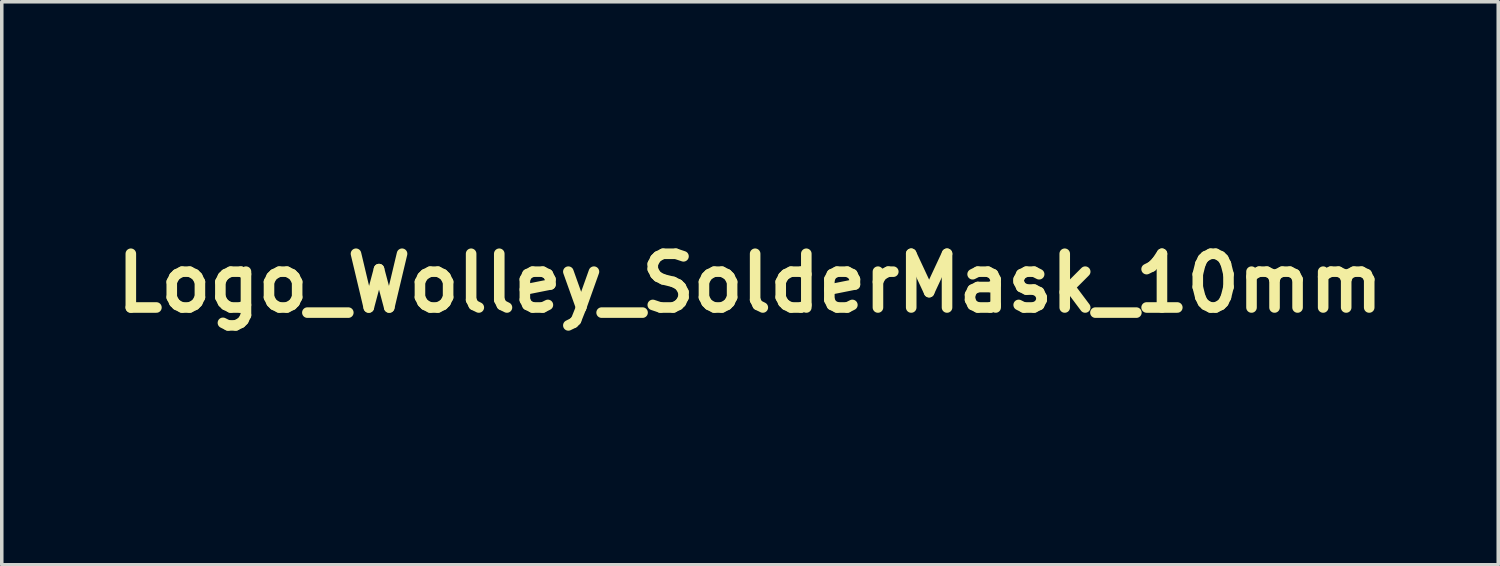
<source format=kicad_pcb>
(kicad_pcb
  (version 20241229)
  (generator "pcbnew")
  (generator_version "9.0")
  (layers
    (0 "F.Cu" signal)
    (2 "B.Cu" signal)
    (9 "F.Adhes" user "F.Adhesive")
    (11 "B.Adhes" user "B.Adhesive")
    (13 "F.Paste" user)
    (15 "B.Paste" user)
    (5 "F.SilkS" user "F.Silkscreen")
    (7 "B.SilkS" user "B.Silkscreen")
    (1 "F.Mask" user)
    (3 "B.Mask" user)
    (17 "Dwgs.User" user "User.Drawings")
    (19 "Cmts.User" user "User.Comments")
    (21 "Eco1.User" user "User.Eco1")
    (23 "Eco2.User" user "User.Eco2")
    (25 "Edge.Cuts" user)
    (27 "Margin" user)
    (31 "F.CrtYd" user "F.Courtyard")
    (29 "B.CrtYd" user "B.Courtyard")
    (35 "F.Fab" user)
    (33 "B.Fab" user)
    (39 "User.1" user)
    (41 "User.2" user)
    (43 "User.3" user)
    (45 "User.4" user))
  (footprint "Logo_Wolley_SolderMask_10mm"
    (layer "F.Cu")
    (at 18.223 4.982)
    (property "Reference" "Logo_Wolley_SolderMask_10mm" (at 0 0 0) (layer "F.SilkS") (effects (font (size 1.524 1.524) (thickness 0.3))))
    (attr through_hole)
    (fp_poly (pts (xy -9.494 -4.977) (xy -9.401 -4.974) (xy -9.314 -4.966) (xy -9.231 -4.952) (xy -9.148 -4.932) (xy -9.112 -4.922) (xy -9.028 -4.893) (xy -8.947 -4.858) (xy -8.872 -4.818) (xy -8.802 -4.773) (xy -8.739 -4.724) (xy -8.683 -4.672) (xy -8.635 -4.616) (xy -8.616 -4.59) (xy -8.602 -4.567) (xy -8.586 -4.537) (xy -8.569 -4.504) (xy -8.553 -4.469) (xy -8.539 -4.436) (xy -8.528 -4.407) (xy -8.524 -4.394) (xy -8.515 -4.356) (xy -8.508 -4.315) (xy -8.504 -4.269) (xy -8.503 -4.218) (xy -8.504 -4.159) (xy -8.504 -4.155) (xy -8.508 -4.047) (xy -8.515 -3.947) (xy -8.524 -3.853) (xy -8.535 -3.763) (xy -8.55 -3.675) (xy -8.568 -3.587) (xy -8.589 -3.498) (xy -8.614 -3.406) (xy -8.644 -3.309) (xy -8.667 -3.237) (xy -8.683 -3.189) (xy -8.7 -3.14) (xy -8.718 -3.089) (xy -8.738 -3.036) (xy -8.758 -2.981) (xy -8.78 -2.924) (xy -8.803 -2.864) (xy -8.828 -2.802) (xy -8.854 -2.736) (xy -8.882 -2.667) (xy -8.913 -2.593) (xy -8.945 -2.516) (xy -8.98 -2.435) (xy -9.016 -2.349) (xy -9.056 -2.258) (xy -9.098 -2.162) (xy -9.142 -2.06) (xy -9.189 -1.953) (xy -9.24 -1.839) (xy -9.293 -1.719) (xy -9.349 -1.593) (xy -9.409 -1.46) (xy -9.473 -1.319) (xy -9.539 -1.171) (xy -9.61 -1.016) (xy -9.684 -0.852) (xy -9.762 -0.68) (xy -9.779 -0.642) (xy -9.809 -0.576) (xy -9.84 -0.507) (xy -9.872 -0.438) (xy -9.903 -0.368) (xy -9.934 -0.299) (xy -9.964 -0.233) (xy -9.993 -0.17) (xy -10.019 -0.112) (xy -10.043 -0.059) (xy -10.063 -0.013) (xy -10.074 0.01) (xy -10.15 0.181) (xy -10.222 0.343) (xy -10.29 0.498) (xy -10.354 0.645) (xy -10.415 0.785) (xy -10.471 0.917) (xy -10.524 1.043) (xy -10.573 1.162) (xy -10.619 1.275) (xy -10.661 1.383) (xy -10.701 1.484) (xy -10.737 1.58) (xy -10.77 1.672) (xy -10.801 1.758) (xy -10.828 1.84) (xy -10.853 1.918) (xy -10.876 1.993) (xy -10.896 2.063) (xy -10.914 2.13) (xy -10.929 2.195) (xy -10.943 2.257) (xy -10.954 2.316) (xy -10.957 2.334) (xy -10.968 2.401) (xy -10.977 2.47) (xy -10.984 2.538) (xy -10.989 2.604) (xy -10.993 2.665) (xy -10.993 2.721) (xy -10.993 2.742) (xy -10.992 2.769) (xy -10.991 2.788) (xy -10.989 2.803) (xy -10.986 2.814) (xy -10.982 2.826) (xy -10.975 2.839) (xy -10.961 2.862) (xy -10.942 2.886) (xy -10.92 2.908) (xy -10.896 2.928) (xy -10.872 2.943) (xy -10.85 2.954) (xy -10.832 2.957) (xy -10.813 2.954) (xy -10.786 2.947) (xy -10.754 2.934) (xy -10.717 2.918) (xy -10.676 2.899) (xy -10.632 2.876) (xy -10.587 2.851) (xy -10.541 2.824) (xy -10.495 2.795) (xy -10.469 2.778) (xy -10.391 2.723) (xy -10.308 2.66) (xy -10.221 2.589) (xy -10.131 2.511) (xy -10.037 2.427) (xy -9.941 2.335) (xy -9.842 2.238) (xy -9.742 2.135) (xy -9.64 2.027) (xy -9.536 1.913) (xy -9.522 1.897) (xy -9.362 1.714) (xy -9.202 1.522) (xy -9.041 1.322) (xy -8.881 1.116) (xy -8.722 0.904) (xy -8.565 0.688) (xy -8.411 0.468) (xy -8.26 0.244) (xy -8.113 0.02) (xy -7.972 -0.206) (xy -7.835 -0.432) (xy -7.718 -0.633) (xy -7.636 -0.779) (xy -7.558 -0.921) (xy -7.485 -1.06) (xy -7.414 -1.199) (xy -7.345 -1.34) (xy -7.276 -1.486) (xy -7.224 -1.598) (xy -7.205 -1.641) (xy -7.184 -1.686) (xy -7.161 -1.734) (xy -7.137 -1.783) (xy -7.113 -1.831) (xy -7.09 -1.877) (xy -7.068 -1.921) (xy -7.048 -1.96) (xy -7.03 -1.994) (xy -7.015 -2.022) (xy -7.007 -2.035) (xy -6.992 -2.058) (xy -6.978 -2.079) (xy -6.964 -2.095) (xy -6.958 -2.101) (xy -6.922 -2.126) (xy -6.881 -2.143) (xy -6.836 -2.153) (xy -6.787 -2.156) (xy -6.734 -2.153) (xy -6.68 -2.143) (xy -6.623 -2.127) (xy -6.566 -2.106) (xy -6.507 -2.08) (xy -6.449 -2.048) (xy -6.392 -2.012) (xy -6.336 -1.971) (xy -6.281 -1.927) (xy -6.23 -1.878) (xy -6.181 -1.826) (xy -6.137 -1.77) (xy -6.097 -1.712) (xy -6.078 -1.681) (xy -6.046 -1.619) (xy -6.021 -1.553) (xy -6.002 -1.483) (xy -5.99 -1.414) (xy -5.988 -1.392) (xy -5.986 -1.363) (xy -5.985 -1.327) (xy -5.984 -1.287) (xy -5.983 -1.244) (xy -5.984 -1.2) (xy -5.984 -1.156) (xy -5.985 -1.115) (xy -5.987 -1.078) (xy -5.989 -1.046) (xy -5.99 -1.035) (xy -5.995 -0.978) (xy -6.002 -0.922) (xy -6.009 -0.864) (xy -6.017 -0.805) (xy -6.026 -0.743) (xy -6.036 -0.677) (xy -6.048 -0.608) (xy -6.061 -0.534) (xy -6.075 -0.454) (xy -6.092 -0.368) (xy -6.11 -0.275) (xy -6.13 -0.173) (xy -6.144 -0.101) (xy -6.174 0.052) (xy -6.202 0.197) (xy -6.228 0.332) (xy -6.252 0.46) (xy -6.274 0.58) (xy -6.293 0.693) (xy -6.311 0.799) (xy -6.327 0.899) (xy -6.341 0.993) (xy -6.353 1.082) (xy -6.364 1.165) (xy -6.373 1.244) (xy -6.38 1.319) (xy -6.386 1.39) (xy -6.39 1.458) (xy -6.393 1.522) (xy -6.394 1.585) (xy -6.395 1.627) (xy -6.394 1.707) (xy -6.39 1.778) (xy -6.384 1.842) (xy -6.376 1.9) (xy -6.365 1.954) (xy -6.35 2.003) (xy -6.333 2.049) (xy -6.315 2.088) (xy -6.29 2.131) (xy -6.262 2.171) (xy -6.232 2.205) (xy -6.2 2.233) (xy -6.169 2.253) (xy -6.167 2.254) (xy -6.123 2.271) (xy -6.074 2.279) (xy -6.022 2.278) (xy -5.967 2.27) (xy -5.908 2.253) (xy -5.845 2.228) (xy -5.78 2.196) (xy -5.712 2.156) (xy -5.641 2.109) (xy -5.568 2.055) (xy -5.492 1.993) (xy -5.415 1.925) (xy -5.335 1.849) (xy -5.254 1.767) (xy -5.171 1.679) (xy -5.087 1.584) (xy -5.002 1.483) (xy -4.916 1.376) (xy -4.829 1.263) (xy -4.742 1.144) (xy -4.734 1.133) (xy -4.6 0.939) (xy -4.468 0.737) (xy -4.341 0.528) (xy -4.218 0.311) (xy -4.1 0.09) (xy -3.987 -0.137) (xy -3.879 -0.368) (xy -3.777 -0.601) (xy -3.683 -0.837) (xy -3.645 -0.936) (xy -3.553 -1.196) (xy -3.47 -1.457) (xy -3.396 -1.718) (xy -3.332 -1.982) (xy -3.276 -2.247) (xy -3.23 -2.516) (xy -3.192 -2.787) (xy -3.164 -3.061) (xy -3.144 -3.331) (xy -3.139 -3.425) (xy -3.135 -3.527) (xy -3.133 -3.635) (xy -3.131 -3.748) (xy -3.13 -3.863) (xy -3.129 -3.908) (xy -3.129 -3.988) (xy -3.128 -4.058) (xy -3.127 -4.12) (xy -3.125 -4.174) (xy -3.123 -4.221) (xy -3.12 -4.261) (xy -3.116 -4.295) (xy -3.112 -4.323) (xy -3.107 -4.346) (xy -3.101 -4.364) (xy -3.096 -4.376) (xy -3.08 -4.398) (xy -3.057 -4.419) (xy -3.028 -4.437) (xy -2.996 -4.452) (xy -2.963 -4.462) (xy -2.962 -4.462) (xy -2.914 -4.467) (xy -2.86 -4.465) (xy -2.801 -4.458) (xy -2.739 -4.444) (xy -2.674 -4.425) (xy -2.609 -4.4) (xy -2.542 -4.371) (xy -2.476 -4.338) (xy -2.412 -4.3) (xy -2.351 -4.259) (xy -2.293 -4.214) (xy -2.284 -4.207) (xy -2.234 -4.161) (xy -2.19 -4.113) (xy -2.153 -4.063) (xy -2.123 -4.014) (xy -2.108 -3.983) (xy -2.1 -3.961) (xy -2.092 -3.937) (xy -2.086 -3.912) (xy -2.08 -3.884) (xy -2.076 -3.852) (xy -2.072 -3.815) (xy -2.069 -3.773) (xy -2.067 -3.724) (xy -2.065 -3.668) (xy -2.063 -3.604) (xy -2.063 -3.563) (xy -2.061 -3.396) (xy -2.063 -3.237) (xy -2.069 -3.085) (xy -2.078 -2.938) (xy -2.091 -2.796) (xy -2.107 -2.657) (xy -2.127 -2.52) (xy -2.152 -2.384) (xy -2.18 -2.248) (xy -2.205 -2.143) (xy -2.246 -1.985) (xy -2.294 -1.823) (xy -2.349 -1.655) (xy -2.409 -1.482) (xy -2.475 -1.306) (xy -2.547 -1.127) (xy -2.624 -0.946) (xy -2.705 -0.764) (xy -2.792 -0.581) (xy -2.882 -0.398) (xy -2.977 -0.216) (xy -3.061 -0.06) (xy -3.174 0.139) (xy -3.29 0.335) (xy -3.409 0.528) (xy -3.532 0.716) (xy -3.656 0.901) (xy -3.783 1.081) (xy -3.912 1.256) (xy -4.043 1.425) (xy -4.174 1.589) (xy -4.307 1.746) (xy -4.44 1.897) (xy -4.574 2.041) (xy -4.707 2.177) (xy -4.841 2.306) (xy -4.973 2.427) (xy -5.105 2.538) (xy -5.235 2.641) (xy -5.253 2.655) (xy -5.351 2.726) (xy -5.445 2.79) (xy -5.538 2.849) (xy -5.631 2.902) (xy -5.725 2.951) (xy -5.823 2.998) (xy -5.839 3.005) (xy -5.904 3.032) (xy -5.963 3.055) (xy -6.018 3.072) (xy -6.072 3.086) (xy -6.127 3.095) (xy -6.184 3.101) (xy -6.247 3.105) (xy -6.306 3.105) (xy -6.398 3.104) (xy -6.483 3.098) (xy -6.564 3.088) (xy -6.642 3.073) (xy -6.688 3.062) (xy -6.784 3.034) (xy -6.875 2.999) (xy -6.959 2.956) (xy -7.037 2.906) (xy -7.11 2.849) (xy -7.177 2.784) (xy -7.238 2.712) (xy -7.294 2.632) (xy -7.344 2.544) (xy -7.39 2.448) (xy -7.43 2.345) (xy -7.432 2.337) (xy -7.453 2.272) (xy -7.473 2.198) (xy -7.491 2.116) (xy -7.509 2.027) (xy -7.525 1.932) (xy -7.54 1.831) (xy -7.554 1.726) (xy -7.566 1.617) (xy -7.576 1.505) (xy -7.584 1.391) (xy -7.591 1.276) (xy -7.592 1.256) (xy -7.594 1.167) (xy -7.594 1.086) (xy -7.592 1.01) (xy -7.586 0.938) (xy -7.584 0.912) (xy -7.58 0.874) (xy -7.577 0.837) (xy -7.575 0.803) (xy -7.574 0.773) (xy -7.573 0.748) (xy -7.574 0.729) (xy -7.575 0.72) (xy -7.578 0.714) (xy -7.581 0.713) (xy -7.587 0.716) (xy -7.596 0.726) (xy -7.603 0.734) (xy -7.617 0.75) (xy -7.636 0.774) (xy -7.659 0.804) (xy -7.687 0.841) (xy -7.719 0.884) (xy -7.755 0.932) (xy -7.793 0.984) (xy -7.834 1.041) (xy -7.86 1.076) (xy -7.973 1.231) (xy -8.087 1.382) (xy -8.203 1.53) (xy -8.321 1.677) (xy -8.443 1.823) (xy -8.57 1.97) (xy -8.703 2.119) (xy -8.842 2.271) (xy -8.916 2.351) (xy -8.963 2.4) (xy -9.016 2.455) (xy -9.073 2.513) (xy -9.134 2.574) (xy -9.196 2.637) (xy -9.261 2.7) (xy -9.325 2.763) (xy -9.389 2.825) (xy -9.45 2.884) (xy -9.509 2.939) (xy -9.564 2.99) (xy -9.614 3.036) (xy -9.635 3.056) (xy -9.76 3.165) (xy -9.883 3.266) (xy -10.004 3.361) (xy -10.122 3.447) (xy -10.237 3.525) (xy -10.348 3.595) (xy -10.456 3.657) (xy -10.519 3.69) (xy -10.622 3.738) (xy -10.72 3.778) (xy -10.815 3.811) (xy -10.908 3.836) (xy -11 3.854) (xy -11.091 3.866) (xy -11.116 3.867) (xy -11.142 3.869) (xy -11.165 3.87) (xy -11.184 3.871) (xy -11.195 3.872) (xy -11.198 3.871) (xy -11.206 3.871) (xy -11.222 3.87) (xy -11.242 3.868) (xy -11.26 3.867) (xy -11.343 3.858) (xy -11.423 3.842) (xy -11.497 3.82) (xy -11.565 3.792) (xy -11.584 3.783) (xy -11.64 3.749) (xy -11.692 3.709) (xy -11.741 3.661) (xy -11.786 3.606) (xy -11.829 3.542) (xy -11.87 3.47) (xy -11.9 3.408) (xy -11.916 3.37) (xy -11.93 3.335) (xy -11.942 3.301) (xy -11.953 3.267) (xy -11.961 3.232) (xy -11.967 3.194) (xy -11.973 3.154) (xy -11.976 3.11) (xy -11.979 3.061) (xy -11.98 3.006) (xy -11.98 2.944) (xy -11.98 2.874) (xy -11.979 2.835) (xy -11.977 2.732) (xy -11.974 2.636) (xy -11.968 2.546) (xy -11.961 2.459) (xy -11.952 2.374) (xy -11.941 2.289) (xy -11.928 2.201) (xy -11.912 2.109) (xy -11.911 2.106) (xy -11.898 2.038) (xy -11.884 1.968) (xy -11.869 1.897) (xy -11.852 1.824) (xy -11.835 1.749) (xy -11.815 1.672) (xy -11.794 1.592) (xy -11.772 1.509) (xy -11.747 1.422) (xy -11.721 1.332) (xy -11.693 1.238) (xy -11.662 1.139) (xy -11.63 1.035) (xy -11.595 0.927) (xy -11.557 0.813) (xy -11.517 0.693) (xy -11.474 0.567) (xy -11.429 0.435) (xy -11.381 0.295) (xy -11.33 0.149) (xy -11.275 -0.005) (xy -11.218 -0.166) (xy -11.157 -0.336) (xy -11.093 -0.514) (xy -11.076 -0.561) (xy -10.973 -0.847) (xy -10.874 -1.126) (xy -10.779 -1.396) (xy -10.687 -1.657) (xy -10.599 -1.911) (xy -10.515 -2.158) (xy -10.434 -2.396) (xy -10.357 -2.627) (xy -10.284 -2.852) (xy -10.213 -3.069) (xy -10.167 -3.214) (xy -10.126 -3.345) (xy -10.088 -3.467) (xy -10.052 -3.582) (xy -10.02 -3.691) (xy -9.99 -3.793) (xy -9.962 -3.89) (xy -9.936 -3.982) (xy -9.911 -4.071) (xy -9.889 -4.157) (xy -9.867 -4.241) (xy -9.847 -4.323) (xy -9.832 -4.39) (xy -9.815 -4.461) (xy -9.797 -4.531) (xy -9.78 -4.596) (xy -9.763 -4.658) (xy -9.746 -4.715) (xy -9.73 -4.766) (xy -9.715 -4.81) (xy -9.702 -4.846) (xy -9.69 -4.872) (xy -9.669 -4.91) (xy -9.646 -4.938) (xy -9.62 -4.959) (xy -9.608 -4.966) (xy -9.598 -4.97) (xy -9.589 -4.973) (xy -9.579 -4.975) (xy -9.566 -4.976) (xy -9.548 -4.976) (xy -9.524 -4.977) (xy -9.494 -4.977)) (stroke (width 0.01) (type solid)) (fill yes) (layer "F.Mask"))
    (fp_poly (pts (xy 4.162 -4.671) (xy 4.198 -4.668) (xy 4.214 -4.666) (xy 4.28 -4.649) (xy 4.34 -4.625) (xy 4.394 -4.593) (xy 4.443 -4.554) (xy 4.486 -4.508) (xy 4.523 -4.455) (xy 4.554 -4.395) (xy 4.578 -4.329) (xy 4.596 -4.257) (xy 4.608 -4.179) (xy 4.614 -4.095) (xy 4.612 -4.006) (xy 4.604 -3.911) (xy 4.598 -3.864) (xy 4.584 -3.785) (xy 4.565 -3.7) (xy 4.541 -3.61) (xy 4.512 -3.515) (xy 4.478 -3.417) (xy 4.441 -3.317) (xy 4.433 -3.297) (xy 4.373 -3.154) (xy 4.306 -3.007) (xy 4.231 -2.856) (xy 4.15 -2.701) (xy 4.063 -2.545) (xy 3.97 -2.386) (xy 3.873 -2.227) (xy 3.77 -2.067) (xy 3.664 -1.908) (xy 3.554 -1.75) (xy 3.441 -1.593) (xy 3.325 -1.44) (xy 3.207 -1.289) (xy 3.087 -1.143) (xy 2.966 -1.001) (xy 2.844 -0.865) (xy 2.722 -0.735) (xy 2.631 -0.642) (xy 2.554 -0.566) (xy 2.481 -0.497) (xy 2.41 -0.432) (xy 2.339 -0.371) (xy 2.268 -0.312) (xy 2.194 -0.255) (xy 2.116 -0.196) (xy 2.032 -0.136) (xy 1.981 -0.099) (xy 1.938 -0.064) (xy 1.901 -0.029) (xy 1.869 0.006) (xy 1.842 0.044) (xy 1.817 0.085) (xy 1.794 0.132) (xy 1.771 0.186) (xy 1.759 0.217) (xy 1.695 0.402) (xy 1.639 0.585) (xy 1.592 0.767) (xy 1.553 0.95) (xy 1.523 1.134) (xy 1.5 1.32) (xy 1.49 1.445) (xy 1.488 1.476) (xy 1.486 1.513) (xy 1.485 1.554) (xy 1.484 1.599) (xy 1.484 1.645) (xy 1.484 1.692) (xy 1.484 1.738) (xy 1.484 1.782) (xy 1.485 1.823) (xy 1.486 1.858) (xy 1.487 1.887) (xy 1.489 1.908) (xy 1.489 1.915) (xy 1.496 1.952) (xy 1.504 1.988) (xy 1.513 2.019) (xy 1.522 2.043) (xy 1.524 2.047) (xy 1.539 2.07) (xy 1.559 2.093) (xy 1.581 2.112) (xy 1.594 2.121) (xy 1.616 2.131) (xy 1.645 2.14) (xy 1.678 2.148) (xy 1.713 2.153) (xy 1.726 2.154) (xy 1.779 2.154) (xy 1.837 2.146) (xy 1.899 2.13) (xy 1.967 2.107) (xy 2.038 2.075) (xy 2.114 2.036) (xy 2.195 1.99) (xy 2.279 1.936) (xy 2.349 1.887) (xy 2.399 1.851) (xy 2.451 1.811) (xy 2.505 1.77) (xy 2.56 1.726) (xy 2.615 1.681) (xy 2.67 1.636) (xy 2.724 1.59) (xy 2.776 1.546) (xy 2.825 1.502) (xy 2.871 1.46) (xy 2.913 1.421) (xy 2.951 1.385) (xy 2.983 1.352) (xy 3.009 1.324) (xy 3.028 1.301) (xy 3.032 1.296) (xy 3.045 1.277) (xy 3.056 1.258) (xy 3.066 1.239) (xy 3.075 1.218) (xy 3.083 1.195) (xy 3.09 1.168) (xy 3.098 1.137) (xy 3.105 1.099) (xy 3.113 1.055) (xy 3.121 1.002) (xy 3.125 0.98) (xy 3.156 0.803) (xy 3.194 0.619) (xy 3.238 0.43) (xy 3.289 0.237) (xy 3.346 0.039) (xy 3.41 -0.163) (xy 3.48 -0.369) (xy 3.555 -0.577) (xy 3.636 -0.787) (xy 3.667 -0.864) (xy 4.664 -0.864) (xy 4.666 -0.853) (xy 4.673 -0.849) (xy 4.686 -0.853) (xy 4.692 -0.857) (xy 4.714 -0.874) (xy 4.741 -0.898) (xy 4.773 -0.93) (xy 4.81 -0.969) (xy 4.851 -1.015) (xy 4.896 -1.068) (xy 4.945 -1.126) (xy 4.999 -1.191) (xy 5.055 -1.262) (xy 5.115 -1.338) (xy 5.179 -1.419) (xy 5.245 -1.505) (xy 5.313 -1.596) (xy 5.337 -1.627) (xy 5.415 -1.733) (xy 5.494 -1.841) (xy 5.572 -1.952) (xy 5.649 -2.064) (xy 5.726 -2.178) (xy 5.801 -2.292) (xy 5.876 -2.407) (xy 5.948 -2.521) (xy 6.019 -2.635) (xy 6.088 -2.747) (xy 6.154 -2.858) (xy 6.217 -2.967) (xy 6.277 -3.073) (xy 6.335 -3.177) (xy 6.388 -3.277) (xy 6.438 -3.373) (xy 6.484 -3.464) (xy 6.525 -3.551) (xy 6.562 -3.632) (xy 6.594 -3.708) (xy 6.62 -3.778) (xy 6.642 -3.84) (xy 6.654 -3.885) (xy 6.66 -3.912) (xy 6.664 -3.939) (xy 6.666 -3.963) (xy 6.666 -3.983) (xy 6.663 -3.997) (xy 6.661 -4.001) (xy 6.649 -4.007) (xy 6.633 -4.005) (xy 6.613 -3.995) (xy 6.588 -3.978) (xy 6.558 -3.953) (xy 6.524 -3.92) (xy 6.501 -3.896) (xy 6.461 -3.853) (xy 6.417 -3.801) (xy 6.369 -3.742) (xy 6.318 -3.675) (xy 6.263 -3.603) (xy 6.206 -3.524) (xy 6.146 -3.44) (xy 6.084 -3.351) (xy 6.019 -3.257) (xy 5.954 -3.159) (xy 5.886 -3.058) (xy 5.818 -2.954) (xy 5.75 -2.847) (xy 5.681 -2.737) (xy 5.612 -2.627) (xy 5.543 -2.515) (xy 5.476 -2.403) (xy 5.409 -2.29) (xy 5.343 -2.178) (xy 5.306 -2.113) (xy 5.259 -2.03) (xy 5.211 -1.945) (xy 5.164 -1.86) (xy 5.117 -1.775) (xy 5.071 -1.691) (xy 5.026 -1.608) (xy 4.983 -1.527) (xy 4.941 -1.448) (xy 4.901 -1.372) (xy 4.863 -1.299) (xy 4.828 -1.229) (xy 4.795 -1.164) (xy 4.766 -1.104) (xy 4.739 -1.05) (xy 4.716 -1.001) (xy 4.697 -0.959) (xy 4.682 -0.923) (xy 4.672 -0.896) (xy 4.668 -0.883) (xy 4.664 -0.864) (xy 3.667 -0.864) (xy 3.722 -0.999) (xy 3.813 -1.213) (xy 3.91 -1.427) (xy 4.011 -1.642) (xy 4.117 -1.856) (xy 4.227 -2.07) (xy 4.341 -2.282) (xy 4.389 -2.367) (xy 4.499 -2.561) (xy 4.609 -2.747) (xy 4.718 -2.925) (xy 4.826 -3.094) (xy 4.933 -3.256) (xy 5.04 -3.409) (xy 5.145 -3.554) (xy 5.249 -3.691) (xy 5.352 -3.818) (xy 5.453 -3.937) (xy 5.553 -4.047) (xy 5.651 -4.148) (xy 5.748 -4.24) (xy 5.843 -4.322) (xy 5.874 -4.347) (xy 5.967 -4.418) (xy 6.058 -4.479) (xy 6.148 -4.532) (xy 6.235 -4.575) (xy 6.32 -4.609) (xy 6.403 -4.634) (xy 6.477 -4.649) (xy 6.551 -4.66) (xy 6.622 -4.665) (xy 6.691 -4.664) (xy 6.756 -4.659) (xy 6.817 -4.648) (xy 6.872 -4.633) (xy 6.92 -4.612) (xy 6.961 -4.587) (xy 6.962 -4.586) (xy 7.01 -4.544) (xy 7.051 -4.495) (xy 7.087 -4.439) (xy 7.115 -4.376) (xy 7.137 -4.308) (xy 7.152 -4.233) (xy 7.155 -4.208) (xy 7.158 -4.177) (xy 7.159 -4.138) (xy 7.159 -4.095) (xy 7.158 -4.049) (xy 7.157 -4.003) (xy 7.154 -3.959) (xy 7.15 -3.918) (xy 7.146 -3.889) (xy 7.135 -3.822) (xy 7.123 -3.758) (xy 7.108 -3.695) (xy 7.091 -3.629) (xy 7.071 -3.561) (xy 7.047 -3.486) (xy 7.038 -3.458) (xy 6.989 -3.32) (xy 6.932 -3.176) (xy 6.867 -3.028) (xy 6.794 -2.876) (xy 6.713 -2.719) (xy 6.625 -2.558) (xy 6.53 -2.393) (xy 6.434 -2.236) (xy 6.392 -2.168) (xy 6.346 -2.096) (xy 6.296 -2.022) (xy 6.245 -1.946) (xy 6.193 -1.869) (xy 6.14 -1.792) (xy 6.087 -1.717) (xy 6.035 -1.645) (xy 5.986 -1.576) (xy 5.938 -1.512) (xy 5.894 -1.455) (xy 5.855 -1.404) (xy 5.768 -1.299) (xy 5.68 -1.194) (xy 5.589 -1.09) (xy 5.493 -0.984) (xy 5.392 -0.876) (xy 5.285 -0.765) (xy 5.21 -0.688) (xy 5.132 -0.611) (xy 5.061 -0.541) (xy 4.994 -0.476) (xy 4.932 -0.418) (xy 4.874 -0.365) (xy 4.818 -0.317) (xy 4.766 -0.273) (xy 4.716 -0.233) (xy 4.667 -0.196) (xy 4.619 -0.162) (xy 4.605 -0.153) (xy 4.559 -0.12) (xy 4.517 -0.087) (xy 4.48 -0.052) (xy 4.446 -0.016) (xy 4.415 0.023) (xy 4.386 0.066) (xy 4.359 0.114) (xy 4.333 0.168) (xy 4.308 0.229) (xy 4.282 0.297) (xy 4.256 0.373) (xy 4.255 0.376) (xy 4.24 0.423) (xy 4.223 0.476) (xy 4.206 0.534) (xy 4.188 0.594) (xy 4.171 0.654) (xy 4.156 0.711) (xy 4.142 0.763) (xy 4.133 0.799) (xy 4.114 0.883) (xy 4.097 0.97) (xy 4.081 1.06) (xy 4.067 1.151) (xy 4.054 1.244) (xy 4.044 1.335) (xy 4.036 1.426) (xy 4.029 1.515) (xy 4.025 1.6) (xy 4.023 1.681) (xy 4.023 1.757) (xy 4.025 1.828) (xy 4.03 1.891) (xy 4.037 1.946) (xy 4.04 1.963) (xy 4.052 2.008) (xy 4.068 2.046) (xy 4.089 2.078) (xy 4.105 2.096) (xy 4.139 2.123) (xy 4.179 2.144) (xy 4.224 2.156) (xy 4.274 2.16) (xy 4.33 2.157) (xy 4.39 2.145) (xy 4.455 2.126) (xy 4.526 2.1) (xy 4.601 2.065) (xy 4.681 2.023) (xy 4.76 1.976) (xy 4.809 1.944) (xy 4.859 1.912) (xy 4.909 1.876) (xy 4.962 1.838) (xy 5.018 1.796) (xy 5.078 1.75) (xy 5.143 1.698) (xy 5.198 1.653) (xy 5.258 1.604) (xy 5.311 1.559) (xy 5.358 1.518) (xy 5.398 1.481) (xy 5.433 1.446) (xy 5.463 1.413) (xy 5.488 1.381) (xy 5.509 1.35) (xy 5.527 1.318) (xy 5.541 1.285) (xy 5.554 1.25) (xy 5.564 1.212) (xy 5.573 1.171) (xy 5.581 1.126) (xy 5.585 1.1) (xy 5.599 1.02) (xy 5.613 0.948) (xy 5.628 0.88) (xy 5.634 0.858) (xy 6.451 0.858) (xy 6.456 0.864) (xy 6.465 0.865) (xy 6.48 0.862) (xy 6.501 0.854) (xy 6.53 0.841) (xy 6.549 0.832) (xy 6.581 0.816) (xy 6.62 0.795) (xy 6.662 0.772) (xy 6.706 0.747) (xy 6.751 0.722) (xy 6.793 0.697) (xy 6.831 0.673) (xy 6.836 0.67) (xy 6.91 0.621) (xy 6.983 0.568) (xy 7.054 0.512) (xy 7.122 0.454) (xy 7.186 0.394) (xy 7.247 0.333) (xy 7.304 0.272) (xy 7.355 0.211) (xy 7.401 0.151) (xy 7.441 0.093) (xy 7.474 0.036) (xy 7.5 -0.017) (xy 7.517 -0.067) (xy 7.52 -0.076) (xy 7.527 -0.117) (xy 7.526 -0.153) (xy 7.518 -0.183) (xy 7.502 -0.207) (xy 7.479 -0.226) (xy 7.449 -0.238) (xy 7.415 -0.243) (xy 7.373 -0.242) (xy 7.328 -0.232) (xy 7.28 -0.214) (xy 7.229 -0.189) (xy 7.177 -0.157) (xy 7.122 -0.118) (xy 7.067 -0.074) (xy 7.011 -0.023) (xy 6.955 0.032) (xy 6.898 0.093) (xy 6.843 0.157) (xy 6.789 0.226) (xy 6.736 0.298) (xy 6.685 0.372) (xy 6.637 0.45) (xy 6.591 0.529) (xy 6.549 0.61) (xy 6.547 0.616) (xy 6.53 0.652) (xy 6.513 0.689) (xy 6.496 0.726) (xy 6.482 0.762) (xy 6.469 0.793) (xy 6.46 0.819) (xy 6.455 0.832) (xy 6.452 0.848) (xy 6.451 0.858) (xy 5.634 0.858) (xy 5.646 0.814) (xy 5.666 0.747) (xy 5.68 0.705) (xy 5.725 0.584) (xy 5.778 0.465) (xy 5.837 0.349) (xy 5.904 0.234) (xy 5.979 0.12) (xy 6.063 0.007) (xy 6.155 -0.106) (xy 6.257 -0.221) (xy 6.263 -0.227) (xy 6.357 -0.323) (xy 6.453 -0.412) (xy 6.551 -0.492) (xy 6.65 -0.564) (xy 6.751 -0.627) (xy 6.852 -0.682) (xy 6.954 -0.728) (xy 7.056 -0.765) (xy 7.158 -0.794) (xy 7.26 -0.813) (xy 7.361 -0.822) (xy 7.378 -0.823) (xy 7.459 -0.823) (xy 7.534 -0.818) (xy 7.605 -0.807) (xy 7.673 -0.79) (xy 7.742 -0.765) (xy 7.812 -0.734) (xy 7.819 -0.731) (xy 7.884 -0.695) (xy 7.941 -0.657) (xy 7.989 -0.615) (xy 8.029 -0.57) (xy 8.062 -0.519) (xy 8.087 -0.464) (xy 8.106 -0.403) (xy 8.117 -0.337) (xy 8.122 -0.263) (xy 8.122 -0.196) (xy 8.117 -0.128) (xy 8.111 -0.067) (xy 8.101 -0.013) (xy 8.092 0.023) (xy 8.075 0.071) (xy 8.051 0.123) (xy 8.019 0.18) (xy 7.981 0.241) (xy 7.936 0.306) (xy 7.926 0.321) (xy 7.864 0.398) (xy 7.795 0.477) (xy 7.718 0.556) (xy 7.634 0.635) (xy 7.545 0.712) (xy 7.451 0.788) (xy 7.353 0.862) (xy 7.253 0.932) (xy 7.15 0.998) (xy 7.047 1.059) (xy 6.963 1.104) (xy 6.875 1.148) (xy 6.792 1.184) (xy 6.712 1.215) (xy 6.636 1.239) (xy 6.562 1.257) (xy 6.543 1.261) (xy 6.501 1.269) (xy 6.467 1.277) (xy 6.44 1.285) (xy 6.419 1.292) (xy 6.403 1.3) (xy 6.392 1.309) (xy 6.383 1.32) (xy 6.379 1.328) (xy 6.372 1.346) (xy 6.37 1.368) (xy 6.371 1.395) (xy 6.376 1.429) (xy 6.382 1.456) (xy 6.404 1.541) (xy 6.432 1.618) (xy 6.464 1.688) (xy 6.502 1.749) (xy 6.544 1.802) (xy 6.545 1.802) (xy 6.595 1.849) (xy 6.651 1.889) (xy 6.712 1.921) (xy 6.779 1.945) (xy 6.851 1.962) (xy 6.927 1.971) (xy 7.009 1.972) (xy 7.095 1.966) (xy 7.186 1.951) (xy 7.281 1.929) (xy 7.38 1.9) (xy 7.483 1.862) (xy 7.486 1.861) (xy 7.528 1.844) (xy 7.574 1.824) (xy 7.622 1.802) (xy 7.669 1.779) (xy 7.715 1.756) (xy 7.755 1.735) (xy 7.79 1.715) (xy 7.797 1.711) (xy 7.858 1.673) (xy 7.918 1.633) (xy 7.978 1.591) (xy 8.037 1.548) (xy 8.095 1.503) (xy 8.15 1.458) (xy 8.203 1.414) (xy 8.252 1.37) (xy 8.297 1.327) (xy 8.337 1.287) (xy 8.373 1.248) (xy 8.402 1.213) (xy 8.425 1.18) (xy 8.441 1.152) (xy 8.449 1.131) (xy 8.458 1.095) (xy 8.468 1.057) (xy 8.479 1.016) (xy 8.492 0.972) (xy 8.507 0.924) (xy 8.524 0.872) (xy 8.543 0.814) (xy 8.564 0.75) (xy 8.588 0.68) (xy 8.615 0.603) (xy 8.645 0.518) (xy 8.678 0.425) (xy 8.681 0.415) (xy 8.734 0.265) (xy 8.783 0.123) (xy 8.829 -0.011) (xy 8.871 -0.14) (xy 8.911 -0.262) (xy 8.948 -0.38) (xy 8.982 -0.494) (xy 9.014 -0.605) (xy 9.045 -0.713) (xy 9.073 -0.82) (xy 9.079 -0.842) (xy 9.097 -0.911) (xy 9.115 -0.975) (xy 9.131 -1.035) (xy 9.147 -1.089) (xy 9.162 -1.138) (xy 9.176 -1.181) (xy 9.188 -1.216) (xy 9.199 -1.244) (xy 9.207 -1.264) (xy 9.214 -1.276) (xy 9.214 -1.276) (xy 9.233 -1.29) (xy 9.258 -1.297) (xy 9.288 -1.298) (xy 9.324 -1.292) (xy 9.363 -1.28) (xy 9.406 -1.262) (xy 9.452 -1.238) (xy 9.468 -1.229) (xy 9.51 -1.202) (xy 9.552 -1.172) (xy 9.595 -1.138) (xy 9.641 -1.099) (xy 9.67 -1.073) (xy 9.714 -1.031) (xy 9.75 -0.993) (xy 9.78 -0.957) (xy 9.803 -0.92) (xy 9.822 -0.882) (xy 9.836 -0.841) (xy 9.847 -0.795) (xy 9.854 -0.743) (xy 9.859 -0.704) (xy 9.862 -0.643) (xy 9.861 -0.581) (xy 9.856 -0.517) (xy 9.845 -0.45) (xy 9.83 -0.38) (xy 9.809 -0.303) (xy 9.784 -0.223) (xy 9.772 -0.187) (xy 9.759 -0.15) (xy 9.745 -0.111) (xy 9.73 -0.071) (xy 9.714 -0.028) (xy 9.695 0.018) (xy 9.675 0.068) (xy 9.653 0.123) (xy 9.628 0.184) (xy 9.6 0.25) (xy 9.569 0.323) (xy 9.535 0.404) (xy 9.501 0.484) (xy 9.463 0.573) (xy 9.43 0.653) (xy 9.399 0.726) (xy 9.373 0.791) (xy 9.349 0.849) (xy 9.329 0.9) (xy 9.313 0.945) (xy 9.299 0.985) (xy 9.288 1.019) (xy 9.279 1.048) (xy 9.273 1.072) (xy 9.27 1.092) (xy 9.269 1.109) (xy 9.27 1.123) (xy 9.273 1.133) (xy 9.278 1.141) (xy 9.289 1.15) (xy 9.305 1.152) (xy 9.325 1.149) (xy 9.351 1.139) (xy 9.382 1.122) (xy 9.419 1.099) (xy 9.452 1.077) (xy 9.504 1.038) (xy 9.563 0.993) (xy 9.627 0.942) (xy 9.695 0.885) (xy 9.767 0.822) (xy 9.843 0.756) (xy 9.922 0.685) (xy 10.003 0.611) (xy 10.086 0.533) (xy 10.171 0.454) (xy 10.256 0.372) (xy 10.341 0.289) (xy 10.426 0.205) (xy 10.509 0.121) (xy 10.592 0.037) (xy 10.672 -0.046) (xy 10.75 -0.128) (xy 10.824 -0.209) (xy 10.895 -0.286) (xy 10.961 -0.361) (xy 10.985 -0.388) (xy 11.005 -0.412) (xy 11.03 -0.442) (xy 11.058 -0.475) (xy 11.087 -0.51) (xy 11.117 -0.545) (xy 11.143 -0.578) (xy 11.189 -0.633) (xy 11.232 -0.685) (xy 11.273 -0.732) (xy 11.31 -0.774) (xy 11.343 -0.811) (xy 11.372 -0.842) (xy 11.396 -0.867) (xy 11.416 -0.886) (xy 11.43 -0.897) (xy 11.431 -0.898) (xy 11.439 -0.903) (xy 11.446 -0.904) (xy 11.455 -0.901) (xy 11.469 -0.895) (xy 11.469 -0.895) (xy 11.495 -0.881) (xy 11.525 -0.859) (xy 11.561 -0.831) (xy 11.6 -0.796) (xy 11.643 -0.755) (xy 11.665 -0.734) (xy 11.712 -0.685) (xy 11.752 -0.64) (xy 11.786 -0.599) (xy 11.812 -0.561) (xy 11.831 -0.529) (xy 11.832 -0.526) (xy 11.852 -0.475) (xy 11.866 -0.418) (xy 11.876 -0.356) (xy 11.88 -0.29) (xy 11.879 -0.222) (xy 11.873 -0.152) (xy 11.862 -0.084) (xy 11.846 -0.017) (xy 11.825 0.046) (xy 11.823 0.051) (xy 11.809 0.084) (xy 11.789 0.125) (xy 11.765 0.173) (xy 11.735 0.229) (xy 11.7 0.293) (xy 11.66 0.363) (xy 11.616 0.441) (xy 11.566 0.526) (xy 11.512 0.618) (xy 11.488 0.658) (xy 11.437 0.744) (xy 11.382 0.839) (xy 11.323 0.942) (xy 11.26 1.051) (xy 11.195 1.166) (xy 11.128 1.288) (xy 11.058 1.414) (xy 10.986 1.545) (xy 10.912 1.68) (xy 10.837 1.819) (xy 10.786 1.915) (xy 10.764 1.955) (xy 10.742 1.997) (xy 10.719 2.041) (xy 10.696 2.084) (xy 10.674 2.128) (xy 10.653 2.169) (xy 10.633 2.208) (xy 10.615 2.244) (xy 10.599 2.276) (xy 10.586 2.303) (xy 10.576 2.324) (xy 10.57 2.339) (xy 10.567 2.345) (xy 10.567 2.346) (xy 10.57 2.349) (xy 10.579 2.353) (xy 10.595 2.358) (xy 10.617 2.364) (xy 10.647 2.371) (xy 10.685 2.38) (xy 10.731 2.391) (xy 10.786 2.403) (xy 10.812 2.408) (xy 10.847 2.416) (xy 10.883 2.424) (xy 10.919 2.433) (xy 10.95 2.44) (xy 10.975 2.447) (xy 10.977 2.447) (xy 11.072 2.476) (xy 11.169 2.509) (xy 11.264 2.547) (xy 11.358 2.588) (xy 11.45 2.632) (xy 11.537 2.679) (xy 11.62 2.727) (xy 11.697 2.778) (xy 11.768 2.829) (xy 11.83 2.88) (xy 11.874 2.921) (xy 11.913 2.963) (xy 11.943 3.001) (xy 11.964 3.037) (xy 11.976 3.07) (xy 11.98 3.101) (xy 11.975 3.129) (xy 11.972 3.137) (xy 11.957 3.16) (xy 11.935 3.176) (xy 11.909 3.185) (xy 11.878 3.186) (xy 11.843 3.18) (xy 11.834 3.177) (xy 11.821 3.172) (xy 11.8 3.164) (xy 11.774 3.153) (xy 11.745 3.139) (xy 11.713 3.125) (xy 11.686 3.113) (xy 11.589 3.069) (xy 11.495 3.031) (xy 11.403 2.999) (xy 11.312 2.972) (xy 11.218 2.949) (xy 11.12 2.93) (xy 11.016 2.914) (xy 10.969 2.909) (xy 10.921 2.904) (xy 10.868 2.9) (xy 10.809 2.898) (xy 10.748 2.896) (xy 10.686 2.896) (xy 10.624 2.896) (xy 10.563 2.898) (xy 10.507 2.9) (xy 10.456 2.904) (xy 10.411 2.908) (xy 10.386 2.911) (xy 10.343 2.92) (xy 10.303 2.932) (xy 10.266 2.949) (xy 10.23 2.97) (xy 10.194 2.998) (xy 10.156 3.032) (xy 10.121 3.066) (xy 10.105 3.083) (xy 10.088 3.102) (xy 10.07 3.122) (xy 10.051 3.144) (xy 10.03 3.169) (xy 10.007 3.197) (xy 9.981 3.23) (xy 9.951 3.267) (xy 9.918 3.31) (xy 9.88 3.358) (xy 9.837 3.414) (xy 9.813 3.446) (xy 9.774 3.496) (xy 9.741 3.539) (xy 9.712 3.577) (xy 9.686 3.61) (xy 9.663 3.639) (xy 9.642 3.665) (xy 9.622 3.69) (xy 9.602 3.714) (xy 9.582 3.739) (xy 9.561 3.764) (xy 9.538 3.792) (xy 9.527 3.805) (xy 9.442 3.905) (xy 9.356 4.002) (xy 9.268 4.097) (xy 9.181 4.19) (xy 9.093 4.278) (xy 9.007 4.363) (xy 8.922 4.444) (xy 8.838 4.519) (xy 8.758 4.589) (xy 8.68 4.652) (xy 8.606 4.709) (xy 8.536 4.759) (xy 8.493 4.788) (xy 8.416 4.833) (xy 8.333 4.873) (xy 8.247 4.908) (xy 8.16 4.938) (xy 8.074 4.96) (xy 8.027 4.97) (xy 7.993 4.974) (xy 7.953 4.978) (xy 7.91 4.981) (xy 7.866 4.982) (xy 7.824 4.982) (xy 7.787 4.981) (xy 7.761 4.979) (xy 7.679 4.965) (xy 7.595 4.942) (xy 7.513 4.911) (xy 7.452 4.883) (xy 7.37 4.837) (xy 7.293 4.786) (xy 7.223 4.73) (xy 7.16 4.67) (xy 7.104 4.606) (xy 7.055 4.539) (xy 7.015 4.469) (xy 6.984 4.398) (xy 6.978 4.381) (xy 6.961 4.317) (xy 6.959 4.306) (xy 7.567 4.306) (xy 7.572 4.321) (xy 7.584 4.332) (xy 7.605 4.339) (xy 7.633 4.341) (xy 7.669 4.339) (xy 7.7 4.335) (xy 7.736 4.327) (xy 7.779 4.315) (xy 7.824 4.301) (xy 7.87 4.285) (xy 7.913 4.267) (xy 7.921 4.264) (xy 7.976 4.237) (xy 8.037 4.203) (xy 8.103 4.162) (xy 8.173 4.116) (xy 8.247 4.064) (xy 8.324 4.007) (xy 8.403 3.946) (xy 8.484 3.88) (xy 8.567 3.81) (xy 8.65 3.738) (xy 8.733 3.662) (xy 8.816 3.584) (xy 8.82 3.581) (xy 8.888 3.514) (xy 8.951 3.451) (xy 9.007 3.391) (xy 9.058 3.335) (xy 9.101 3.283) (xy 9.139 3.235) (xy 9.169 3.192) (xy 9.193 3.153) (xy 9.21 3.12) (xy 9.219 3.092) (xy 9.221 3.075) (xy 9.218 3.053) (xy 9.211 3.037) (xy 9.2 3.03) (xy 9.195 3.029) (xy 9.182 3.031) (xy 9.163 3.036) (xy 9.137 3.045) (xy 9.108 3.056) (xy 9.077 3.07) (xy 9.072 3.072) (xy 9.024 3.094) (xy 8.97 3.122) (xy 8.91 3.154) (xy 8.846 3.191) (xy 8.777 3.231) (xy 8.706 3.275) (xy 8.633 3.32) (xy 8.559 3.368) (xy 8.484 3.417) (xy 8.411 3.466) (xy 8.339 3.515) (xy 8.27 3.564) (xy 8.205 3.611) (xy 8.144 3.657) (xy 8.088 3.7) (xy 8.039 3.74) (xy 8.028 3.749) (xy 7.988 3.785) (xy 7.947 3.823) (xy 7.906 3.864) (xy 7.864 3.907) (xy 7.823 3.952) (xy 7.783 3.996) (xy 7.744 4.041) (xy 7.708 4.084) (xy 7.675 4.126) (xy 7.645 4.166) (xy 7.619 4.202) (xy 7.598 4.235) (xy 7.582 4.264) (xy 7.571 4.287) (xy 7.567 4.304) (xy 7.567 4.306) (xy 6.959 4.306) (xy 6.951 4.249) (xy 6.949 4.182) (xy 6.954 4.117) (xy 6.956 4.106) (xy 6.972 4.039) (xy 6.997 3.969) (xy 7.031 3.897) (xy 7.072 3.823) (xy 7.122 3.748) (xy 7.179 3.672) (xy 7.244 3.596) (xy 7.316 3.519) (xy 7.395 3.443) (xy 7.48 3.367) (xy 7.571 3.292) (xy 7.584 3.283) (xy 7.73 3.174) (xy 7.885 3.07) (xy 8.048 2.97) (xy 8.218 2.874) (xy 8.395 2.783) (xy 8.58 2.696) (xy 8.771 2.615) (xy 8.968 2.538) (xy 9.171 2.467) (xy 9.276 2.433) (xy 9.311 2.422) (xy 9.345 2.411) (xy 9.378 2.4) (xy 9.407 2.391) (xy 9.43 2.383) (xy 9.439 2.38) (xy 9.504 2.357) (xy 9.565 2.333) (xy 9.621 2.308) (xy 9.671 2.283) (xy 9.715 2.258) (xy 9.751 2.235) (xy 9.78 2.212) (xy 9.797 2.194) (xy 9.81 2.177) (xy 9.827 2.151) (xy 9.848 2.119) (xy 9.872 2.08) (xy 9.899 2.035) (xy 9.929 1.984) (xy 9.962 1.928) (xy 9.997 1.868) (xy 10.033 1.805) (xy 10.071 1.738) (xy 10.11 1.669) (xy 10.149 1.598) (xy 10.189 1.526) (xy 10.23 1.453) (xy 10.269 1.38) (xy 10.309 1.308) (xy 10.347 1.237) (xy 10.384 1.167) (xy 10.419 1.1) (xy 10.453 1.036) (xy 10.484 0.975) (xy 10.507 0.93) (xy 10.53 0.883) (xy 10.55 0.844) (xy 10.565 0.812) (xy 10.576 0.787) (xy 10.584 0.769) (xy 10.589 0.756) (xy 10.591 0.748) (xy 10.59 0.745) (xy 10.586 0.747) (xy 10.575 0.756) (xy 10.557 0.772) (xy 10.533 0.794) (xy 10.503 0.822) (xy 10.467 0.856) (xy 10.424 0.897) (xy 10.376 0.943) (xy 10.322 0.995) (xy 10.263 1.053) (xy 10.254 1.062) (xy 10.185 1.13) (xy 10.122 1.191) (xy 10.064 1.247) (xy 10.012 1.297) (xy 9.965 1.342) (xy 9.922 1.382) (xy 9.883 1.419) (xy 9.847 1.451) (xy 9.814 1.481) (xy 9.783 1.508) (xy 9.754 1.532) (xy 9.726 1.554) (xy 9.7 1.575) (xy 9.673 1.595) (xy 9.647 1.615) (xy 9.623 1.632) (xy 9.534 1.69) (xy 9.439 1.745) (xy 9.34 1.794) (xy 9.24 1.838) (xy 9.154 1.869) (xy 9.075 1.893) (xy 9.001 1.908) (xy 8.932 1.916) (xy 8.867 1.915) (xy 8.807 1.907) (xy 8.75 1.891) (xy 8.696 1.866) (xy 8.645 1.834) (xy 8.613 1.808) (xy 8.593 1.789) (xy 8.572 1.767) (xy 8.55 1.74) (xy 8.526 1.709) (xy 8.499 1.671) (xy 8.478 1.64) (xy 8.463 1.617) (xy 8.449 1.597) (xy 8.437 1.581) (xy 8.429 1.571) (xy 8.426 1.567) (xy 8.422 1.57) (xy 8.412 1.58) (xy 8.397 1.595) (xy 8.377 1.614) (xy 8.354 1.637) (xy 8.328 1.663) (xy 8.299 1.692) (xy 8.296 1.696) (xy 8.231 1.76) (xy 8.171 1.817) (xy 8.113 1.87) (xy 8.056 1.918) (xy 7.998 1.965) (xy 7.938 2.01) (xy 7.874 2.055) (xy 7.832 2.084) (xy 7.736 2.146) (xy 7.646 2.201) (xy 7.559 2.249) (xy 7.475 2.291) (xy 7.393 2.326) (xy 7.312 2.356) (xy 7.231 2.381) (xy 7.15 2.401) (xy 7.067 2.416) (xy 7.059 2.417) (xy 7.005 2.425) (xy 6.955 2.431) (xy 6.906 2.435) (xy 6.856 2.438) (xy 6.803 2.44) (xy 6.743 2.441) (xy 6.724 2.441) (xy 6.61 2.438) (xy 6.505 2.43) (xy 6.407 2.417) (xy 6.318 2.399) (xy 6.236 2.376) (xy 6.221 2.371) (xy 6.156 2.344) (xy 6.091 2.309) (xy 6.026 2.267) (xy 5.962 2.218) (xy 5.901 2.164) (xy 5.844 2.107) (xy 5.792 2.046) (xy 5.746 1.983) (xy 5.707 1.92) (xy 5.697 1.9) (xy 5.689 1.883) (xy 5.679 1.86) (xy 5.667 1.833) (xy 5.656 1.805) (xy 5.651 1.793) (xy 5.635 1.753) (xy 5.621 1.722) (xy 5.611 1.7) (xy 5.604 1.686) (xy 5.6 1.682) (xy 5.593 1.685) (xy 5.58 1.695) (xy 5.56 1.71) (xy 5.536 1.731) (xy 5.507 1.756) (xy 5.473 1.786) (xy 5.436 1.82) (xy 5.395 1.858) (xy 5.351 1.899) (xy 5.327 1.921) (xy 5.297 1.95) (xy 5.265 1.98) (xy 5.234 2.009) (xy 5.204 2.037) (xy 5.179 2.061) (xy 5.16 2.079) (xy 5.043 2.186) (xy 4.929 2.284) (xy 4.818 2.373) (xy 4.71 2.452) (xy 4.605 2.523) (xy 4.503 2.584) (xy 4.404 2.636) (xy 4.308 2.679) (xy 4.215 2.714) (xy 4.124 2.739) (xy 4.089 2.746) (xy 4.008 2.758) (xy 3.928 2.762) (xy 3.85 2.76) (xy 3.776 2.749) (xy 3.763 2.747) (xy 3.691 2.727) (xy 3.62 2.699) (xy 3.55 2.665) (xy 3.485 2.625) (xy 3.426 2.581) (xy 3.406 2.564) (xy 3.359 2.515) (xy 3.315 2.458) (xy 3.274 2.393) (xy 3.236 2.32) (xy 3.202 2.24) (xy 3.172 2.154) (xy 3.146 2.063) (xy 3.124 1.966) (xy 3.12 1.948) (xy 3.118 1.933) (xy 3.114 1.912) (xy 3.11 1.885) (xy 3.106 1.854) (xy 3.101 1.82) (xy 3.096 1.786) (xy 3.091 1.752) (xy 3.087 1.72) (xy 3.083 1.691) (xy 3.08 1.667) (xy 3.078 1.649) (xy 3.077 1.639) (xy 3.077 1.638) (xy 3.073 1.64) (xy 3.064 1.648) (xy 3.049 1.662) (xy 3.029 1.681) (xy 3.006 1.703) (xy 2.978 1.73) (xy 2.948 1.759) (xy 2.923 1.783) (xy 2.857 1.849) (xy 2.796 1.908) (xy 2.742 1.96) (xy 2.693 2.008) (xy 2.649 2.05) (xy 2.61 2.087) (xy 2.575 2.119) (xy 2.544 2.148) (xy 2.521 2.169) (xy 2.406 2.269) (xy 2.294 2.36) (xy 2.184 2.441) (xy 2.078 2.514) (xy 1.974 2.577) (xy 1.873 2.631) (xy 1.775 2.676) (xy 1.68 2.712) (xy 1.587 2.738) (xy 1.497 2.756) (xy 1.41 2.764) (xy 1.373 2.765) (xy 1.345 2.765) (xy 1.315 2.763) (xy 1.288 2.76) (xy 1.272 2.758) (xy 1.21 2.745) (xy 1.147 2.726) (xy 1.084 2.704) (xy 1.023 2.678) (xy 0.965 2.648) (xy 0.913 2.617) (xy 0.867 2.584) (xy 0.833 2.555) (xy 0.802 2.519) (xy 0.77 2.475) (xy 0.739 2.423) (xy 0.709 2.365) (xy 0.68 2.301) (xy 0.653 2.234) (xy 0.628 2.163) (xy 0.606 2.09) (xy 0.588 2.016) (xy 0.573 1.942) (xy 0.571 1.931) (xy 0.568 1.91) (xy 0.564 1.883) (xy 0.56 1.849) (xy 0.556 1.813) (xy 0.551 1.775) (xy 0.549 1.752) (xy 0.545 1.718) (xy 0.542 1.686) (xy 0.539 1.659) (xy 0.537 1.637) (xy 0.535 1.623) (xy 0.534 1.616) (xy 0.533 1.614) (xy 0.53 1.613) (xy 0.524 1.614) (xy 0.515 1.619) (xy 0.502 1.628) (xy 0.483 1.641) (xy 0.458 1.658) (xy 0.44 1.671) (xy 0.391 1.705) (xy 0.349 1.734) (xy 0.313 1.759) (xy 0.281 1.78) (xy 0.252 1.799) (xy 0.224 1.816) (xy 0.198 1.831) (xy 0.171 1.846) (xy 0.142 1.86) (xy 0.12 1.872) (xy 0.058 1.901) (xy -0.003 1.927) (xy -0.063 1.95) (xy -0.125 1.969) (xy -0.189 1.986) (xy -0.258 2) (xy -0.333 2.013) (xy -0.416 2.025) (xy -0.433 2.027) (xy -0.468 2.031) (xy -0.501 2.036) (xy -0.532 2.04) (xy -0.557 2.044) (xy -0.576 2.047) (xy -0.584 2.049) (xy -0.619 2.057) (xy -0.653 2.068) (xy -0.685 2.082) (xy -0.717 2.1) (xy -0.75 2.122) (xy -0.786 2.15) (xy -0.826 2.183) (xy -0.857 2.21) (xy -0.892 2.242) (xy -0.924 2.269) (xy -0.956 2.295) (xy -0.989 2.32) (xy -1.026 2.347) (xy -1.047 2.362) (xy -1.118 2.409) (xy -1.191 2.454) (xy -1.264 2.495) (xy -1.337 2.533) (xy -1.408 2.566) (xy -1.476 2.593) (xy -1.54 2.615) (xy -1.599 2.631) (xy -1.613 2.634) (xy -1.635 2.637) (xy -1.666 2.64) (xy -1.702 2.642) (xy -1.742 2.642) (xy -1.784 2.643) (xy -1.826 2.642) (xy -1.866 2.64) (xy -1.903 2.638) (xy -1.922 2.636) (xy -2.017 2.622) (xy -2.105 2.602) (xy -2.186 2.575) (xy -2.262 2.54) (xy -2.331 2.499) (xy -2.394 2.451) (xy -2.419 2.427) (xy -2.475 2.368) (xy -2.525 2.303) (xy -2.569 2.232) (xy -2.607 2.154) (xy -2.64 2.069) (xy -2.667 1.976) (xy -2.689 1.876) (xy -2.695 1.843) (xy -2.709 1.741) (xy -2.716 1.639) (xy -2.716 1.535) (xy -2.709 1.429) (xy -2.696 1.32) (xy -2.675 1.206) (xy -2.648 1.086) (xy -2.648 1.085) (xy -2.607 0.941) (xy -2.558 0.795) (xy -2.502 0.65) (xy -2.438 0.505) (xy -2.368 0.362) (xy -2.292 0.221) (xy -2.21 0.083) (xy -2.122 -0.051) (xy -2.03 -0.181) (xy -1.933 -0.306) (xy -1.833 -0.425) (xy -1.73 -0.536) (xy -1.623 -0.641) (xy -1.515 -0.737) (xy -1.447 -0.792) (xy -1.359 -0.856) (xy -1.271 -0.914) (xy -1.182 -0.965) (xy -1.092 -1.01) (xy -1.004 -1.048) (xy -0.916 -1.079) (xy -0.829 -1.103) (xy -0.745 -1.119) (xy -0.662 -1.129) (xy -0.583 -1.131) (xy -0.507 -1.125) (xy -0.435 -1.112) (xy -0.368 -1.091) (xy -0.332 -1.076) (xy -0.276 -1.046) (xy -0.227 -1.011) (xy -0.185 -0.972) (xy -0.149 -0.926) (xy -0.118 -0.874) (xy -0.1 -0.834) (xy -0.085 -0.793) (xy -0.075 -0.751) (xy -0.068 -0.705) (xy -0.064 -0.653) (xy -0.063 -0.594) (xy -0.063 -0.573) (xy -0.064 -0.541) (xy -0.064 -0.516) (xy -0.066 -0.499) (xy -0.067 -0.486) (xy -0.069 -0.475) (xy -0.072 -0.467) (xy -0.077 -0.458) (xy -0.077 -0.458) (xy -0.086 -0.443) (xy -0.097 -0.432) (xy -0.113 -0.423) (xy -0.134 -0.415) (xy -0.162 -0.407) (xy -0.185 -0.403) (xy -0.272 -0.383) (xy -0.353 -0.361) (xy -0.429 -0.334) (xy -0.504 -0.302) (xy -0.578 -0.264) (xy -0.656 -0.22) (xy -0.671 -0.211) (xy -0.768 -0.145) (xy -0.865 -0.071) (xy -0.96 0.011) (xy -1.054 0.102) (xy -1.146 0.2) (xy -1.235 0.305) (xy -1.321 0.416) (xy -1.404 0.533) (xy -1.483 0.655) (xy -1.558 0.782) (xy -1.628 0.913) (xy -1.636 0.929) (xy -1.704 1.073) (xy -1.764 1.215) (xy -1.815 1.355) (xy -1.856 1.493) (xy -1.889 1.628) (xy -1.911 1.744) (xy -1.914 1.772) (xy -1.917 1.802) (xy -1.918 1.837) (xy -1.919 1.878) (xy -1.919 1.903) (xy -1.919 1.938) (xy -1.919 1.966) (xy -1.918 1.988) (xy -1.916 2.006) (xy -1.914 2.022) (xy -1.911 2.037) (xy -1.908 2.049) (xy -1.897 2.088) (xy -1.883 2.117) (xy -1.866 2.14) (xy -1.845 2.155) (xy -1.843 2.156) (xy -1.813 2.166) (xy -1.779 2.169) (xy -1.74 2.163) (xy -1.698 2.151) (xy -1.653 2.132) (xy -1.606 2.107) (xy -1.556 2.075) (xy -1.504 2.038) (xy -1.451 1.996) (xy -1.397 1.949) (xy -1.342 1.898) (xy -1.288 1.843) (xy -1.234 1.784) (xy -1.182 1.721) (xy -1.13 1.656) (xy -1.081 1.588) (xy -1.034 1.518) (xy -0.997 1.459) (xy -0.978 1.425) (xy -0.957 1.387) (xy -0.935 1.346) (xy -0.915 1.305) (xy -0.896 1.266) (xy -0.879 1.23) (xy -0.866 1.198) (xy -0.86 1.181) (xy -0.853 1.161) (xy -0.849 1.143) (xy -0.847 1.125) (xy -0.846 1.101) (xy -0.846 1.093) (xy -0.847 1.069) (xy -0.848 1.05) (xy -0.851 1.032) (xy -0.856 1.012) (xy -0.864 0.987) (xy -0.878 0.936) (xy -0.89 0.888) (xy -0.898 0.841) (xy -0.904 0.791) (xy -0.906 0.737) (xy -0.907 0.676) (xy -0.907 0.676) (xy -0.904 0.578) (xy -0.895 0.486) (xy -0.879 0.401) (xy -0.856 0.321) (xy -0.827 0.245) (xy -0.79 0.174) (xy -0.746 0.105) (xy -0.711 0.059) (xy -0.662 0.004) (xy -0.611 -0.044) (xy -0.558 -0.085) (xy -0.503 -0.118) (xy -0.447 -0.145) (xy -0.39 -0.163) (xy -0.335 -0.174) (xy -0.28 -0.176) (xy -0.227 -0.17) (xy -0.178 -0.155) (xy -0.141 -0.138) (xy -0.108 -0.117) (xy -0.076 -0.09) (xy -0.057 -0.071) (xy -0.022 -0.03) (xy 0.004 0.014) (xy 0.02 0.058) (xy 0.021 0.063) (xy 0.026 0.09) (xy 0.03 0.126) (xy 0.034 0.169) (xy 0.036 0.222) (xy 0.038 0.282) (xy 0.038 0.352) (xy 0.038 0.376) (xy 0.038 0.46) (xy 0.037 0.534) (xy 0.034 0.6) (xy 0.031 0.66) (xy 0.026 0.712) (xy 0.021 0.759) (xy 0.014 0.8) (xy 0.006 0.838) (xy 0.004 0.845) (xy -0.009 0.893) (xy -0.028 0.948) (xy -0.051 1.008) (xy -0.078 1.074) (xy -0.109 1.143) (xy -0.142 1.215) (xy -0.178 1.289) (xy -0.216 1.363) (xy -0.256 1.437) (xy -0.296 1.509) (xy -0.337 1.578) (xy -0.354 1.608) (xy -0.371 1.637) (xy -0.386 1.664) (xy -0.399 1.686) (xy -0.408 1.703) (xy -0.41 1.708) (xy -0.418 1.725) (xy -0.422 1.736) (xy -0.423 1.742) (xy -0.421 1.746) (xy -0.418 1.748) (xy -0.406 1.753) (xy -0.385 1.754) (xy -0.358 1.752) (xy -0.325 1.748) (xy -0.288 1.741) (xy -0.248 1.732) (xy -0.206 1.722) (xy -0.163 1.709) (xy -0.12 1.696) (xy -0.079 1.681) (xy -0.04 1.666) (xy -0.005 1.65) (xy -0.001 1.648) (xy 0.05 1.621) (xy 0.104 1.589) (xy 0.161 1.552) (xy 0.218 1.512) (xy 0.275 1.47) (xy 0.329 1.428) (xy 0.38 1.385) (xy 0.425 1.343) (xy 0.465 1.304) (xy 0.488 1.278) (xy 0.508 1.254) (xy 0.523 1.234) (xy 0.533 1.216) (xy 0.539 1.198) (xy 0.543 1.177) (xy 0.546 1.15) (xy 0.547 1.138) (xy 0.549 1.112) (xy 0.55 1.088) (xy 0.552 1.068) (xy 0.554 1.055) (xy 0.566 0.974) (xy 0.582 0.884) (xy 0.602 0.788) (xy 0.625 0.685) (xy 0.652 0.576) (xy 0.681 0.463) (xy 0.713 0.345) (xy 0.747 0.224) (xy 0.783 0.1) (xy 0.822 -0.025) (xy 0.862 -0.152) (xy 0.903 -0.279) (xy 0.946 -0.405) (xy 0.99 -0.53) (xy 1.035 -0.654) (xy 1.08 -0.774) (xy 1.095 -0.812) (xy 2.075 -0.812) (xy 2.078 -0.814) (xy 2.088 -0.822) (xy 2.102 -0.835) (xy 2.12 -0.852) (xy 2.142 -0.873) (xy 2.166 -0.896) (xy 2.191 -0.921) (xy 2.217 -0.946) (xy 2.243 -0.972) (xy 2.268 -0.996) (xy 2.29 -1.019) (xy 2.31 -1.039) (xy 2.326 -1.055) (xy 2.329 -1.059) (xy 2.373 -1.106) (xy 2.42 -1.16) (xy 2.471 -1.22) (xy 2.524 -1.283) (xy 2.578 -1.348) (xy 2.631 -1.415) (xy 2.683 -1.481) (xy 2.733 -1.546) (xy 2.756 -1.577) (xy 2.828 -1.673) (xy 2.899 -1.772) (xy 2.97 -1.873) (xy 3.041 -1.974) (xy 3.111 -2.077) (xy 3.18 -2.18) (xy 3.248 -2.283) (xy 3.315 -2.387) (xy 3.381 -2.49) (xy 3.445 -2.592) (xy 3.507 -2.694) (xy 3.567 -2.794) (xy 3.625 -2.892) (xy 3.681 -2.988) (xy 3.734 -3.082) (xy 3.785 -3.173) (xy 3.833 -3.261) (xy 3.878 -3.345) (xy 3.919 -3.426) (xy 3.957 -3.503) (xy 3.991 -3.576) (xy 4.022 -3.643) (xy 4.048 -3.706) (xy 4.071 -3.763) (xy 4.089 -3.815) (xy 4.102 -3.861) (xy 4.111 -3.9) (xy 4.114 -3.932) (xy 4.113 -3.958) (xy 4.106 -3.976) (xy 4.104 -3.979) (xy 4.093 -3.986) (xy 4.079 -3.986) (xy 4.061 -3.98) (xy 4.04 -3.966) (xy 4.013 -3.945) (xy 3.982 -3.917) (xy 3.976 -3.911) (xy 3.935 -3.869) (xy 3.889 -3.818) (xy 3.84 -3.76) (xy 3.788 -3.695) (xy 3.732 -3.623) (xy 3.673 -3.544) (xy 3.611 -3.46) (xy 3.547 -3.369) (xy 3.481 -3.274) (xy 3.413 -3.174) (xy 3.344 -3.069) (xy 3.273 -2.96) (xy 3.201 -2.848) (xy 3.128 -2.732) (xy 3.055 -2.614) (xy 2.981 -2.494) (xy 2.908 -2.372) (xy 2.835 -2.248) (xy 2.762 -2.123) (xy 2.69 -1.997) (xy 2.62 -1.872) (xy 2.551 -1.746) (xy 2.504 -1.661) (xy 2.494 -1.64) (xy 2.48 -1.614) (xy 2.463 -1.582) (xy 2.444 -1.544) (xy 2.422 -1.503) (xy 2.399 -1.457) (xy 2.375 -1.409) (xy 2.349 -1.359) (xy 2.322 -1.307) (xy 2.296 -1.254) (xy 2.269 -1.201) (xy 2.243 -1.149) (xy 2.217 -1.098) (xy 2.192 -1.049) (xy 2.169 -1.003) (xy 2.147 -0.96) (xy 2.128 -0.921) (xy 2.111 -0.887) (xy 2.097 -0.858) (xy 2.086 -0.836) (xy 2.079 -0.821) (xy 2.075 -0.813) (xy 2.075 -0.812) (xy 1.095 -0.812) (xy 1.126 -0.891) (xy 1.138 -0.92) (xy 1.214 -1.102) (xy 1.296 -1.291) (xy 1.385 -1.487) (xy 1.481 -1.688) (xy 1.575 -1.879) (xy 1.695 -2.114) (xy 1.816 -2.34) (xy 1.938 -2.557) (xy 2.061 -2.765) (xy 2.185 -2.965) (xy 2.311 -3.158) (xy 2.439 -3.342) (xy 2.558 -3.506) (xy 2.633 -3.606) (xy 2.706 -3.698) (xy 2.776 -3.784) (xy 2.846 -3.866) (xy 2.916 -3.944) (xy 2.987 -4.021) (xy 3.061 -4.096) (xy 3.069 -4.105) (xy 3.158 -4.191) (xy 3.243 -4.268) (xy 3.326 -4.338) (xy 3.407 -4.4) (xy 3.487 -4.455) (xy 3.566 -4.504) (xy 3.645 -4.547) (xy 3.697 -4.572) (xy 3.734 -4.588) (xy 3.776 -4.604) (xy 3.821 -4.62) (xy 3.866 -4.635) (xy 3.909 -4.647) (xy 3.947 -4.657) (xy 3.956 -4.659) (xy 3.993 -4.665) (xy 4.034 -4.669) (xy 4.078 -4.671) (xy 4.122 -4.672) (xy 4.162 -4.671)) (stroke (width 0.01) (type solid)) (fill yes) (layer "F.Mask")))
  (gr_rect
    (start -3 -3)
    (end 39.445 12.969)
    (stroke (width 0.1) (type default))
    (fill no)
    (layer "Edge.Cuts")))
</source>
